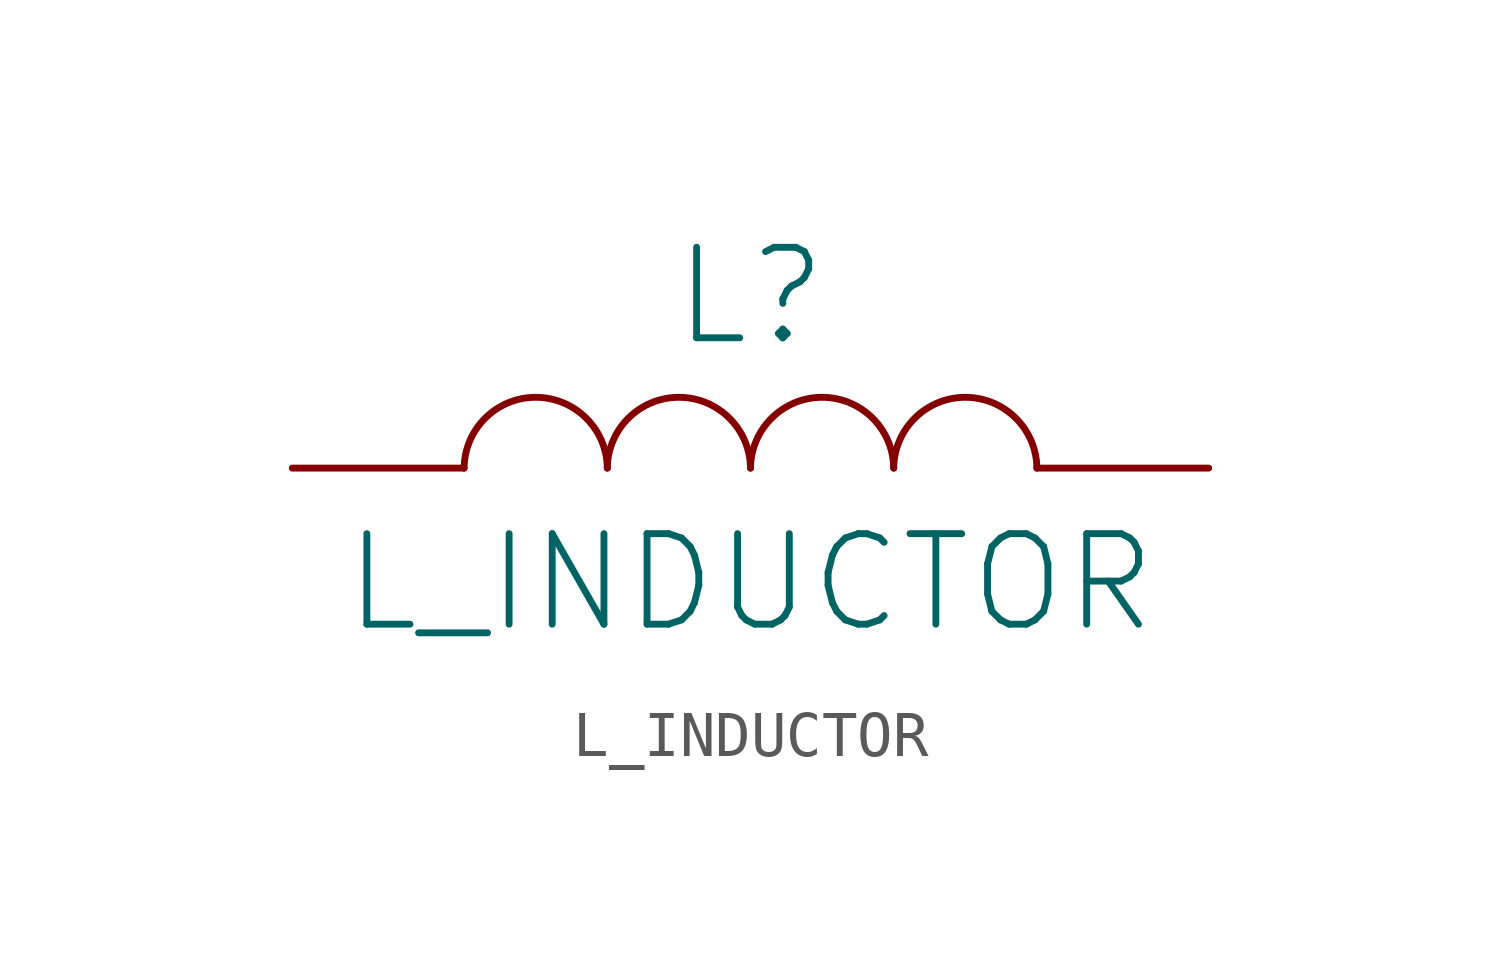
<source format=kicad_sym>
(kicad_symbol_lib
  (version 20231120)
  (generator "kicad_symbol_editor")
  (generator_version "8.0")
  (symbol "L_INDUCTOR"
    (pin_numbers hide)
    (pin_names
      (offset 0) hide)
    (property "Reference" "L"
      (at 0 3.81 0)
      (effects (font (size 2.007 2.007))))
    (property "Value" "L_INDUCTOR"
      (at 0 -2.54 0)
      (effects (font (size 2.007 2.007))))
    (symbol "L_INDUCTOR_0_1"
      (arc (start -3.175 0) (mid -4.7498 1.5748) (end -6.35 0) (stroke (width 0) (type solid)) (fill (type none)))
      (arc (start 0 0) (mid -1.5748 1.5748) (end -3.175 0) (stroke (width 0) (type solid)) (fill (type none)))
      (arc (start 3.175 0) (mid 1.6002 1.5748) (end 0 0) (stroke (width 0) (type solid)) (fill (type none)))
      (arc (start 6.35 0) (mid 4.7752 1.5748) (end 3.175 0) (stroke (width 0) (type solid)) (fill (type none))))
    (symbol "L_INDUCTOR_1_1"
      (pin passive line (at -10.16 0 0) (length 3.81) (name "~" (effects (font (size 2.007 2.007)))) (number "1" (effects (font (size 2.007 2.007)))))
      (pin passive line (at 10.16 0 180) (length 3.81) (name "~" (effects (font (size 2.007 2.007)))) (number "2" (effects (font (size 2.007 2.007))))))))
</source>
